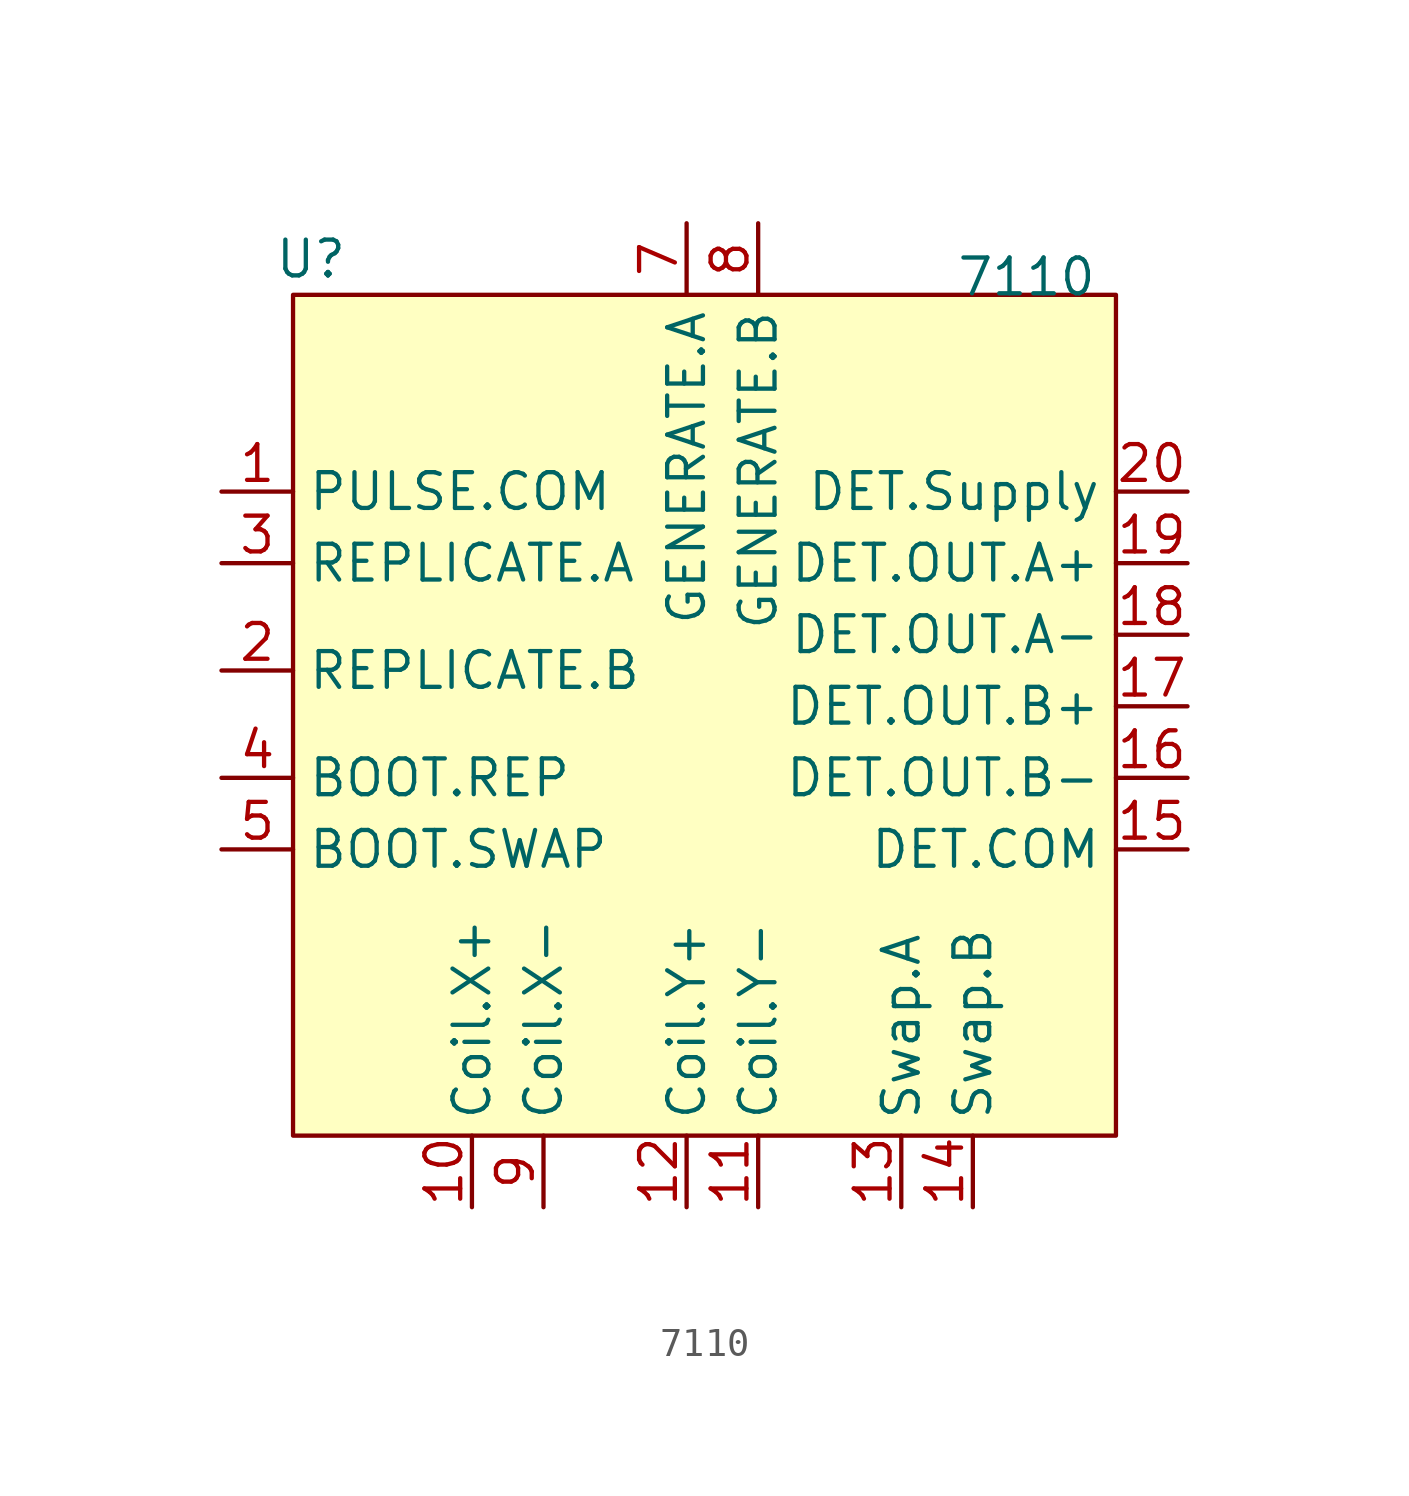
<source format=kicad_sym>
(kicad_symbol_lib
  (version 20211014)
  (generator kicad_symbol_editor)
  (symbol "7110"
    (property "Reference" "U"
      (at -14.605 15.875 0)
      (effects (font (size 1.27 1.27))))
    (property "Value" "7110"
      (at 10.795 15.24 0)
      (effects (font (size 1.27 1.27))))
    (symbol "7110_0_1"
      (rectangle (start -15.24 14.605) (end 13.97 -15.24) (stroke (width 0) (type default) (color 0 0 0 0)) (fill (type background))))
    (symbol "7110_1_1"
      (pin input line (at -17.78 7.62 0) (length 2.54) (name "PULSE.COM" (effects (font (size 1.27 1.27)))) (number "1" (effects (font (size 1.27 1.27)))))
      (pin input line (at -8.89 -17.78 90) (length 2.54) (name "Coil.X+" (effects (font (size 1.27 1.27)))) (number "10" (effects (font (size 1.27 1.27)))))
      (pin input line (at 1.27 -17.78 90) (length 2.54) (name "Coil.Y-" (effects (font (size 1.27 1.27)))) (number "11" (effects (font (size 1.27 1.27)))))
      (pin input line (at -1.27 -17.78 90) (length 2.54) (name "Coil.Y+" (effects (font (size 1.27 1.27)))) (number "12" (effects (font (size 1.27 1.27)))))
      (pin input line (at 6.35 -17.78 90) (length 2.54) (name "Swap.A" (effects (font (size 1.27 1.27)))) (number "13" (effects (font (size 1.27 1.27)))))
      (pin input line (at 8.89 -17.78 90) (length 2.54) (name "Swap.B" (effects (font (size 1.27 1.27)))) (number "14" (effects (font (size 1.27 1.27)))))
      (pin power_in line (at 16.51 -5.08 180) (length 2.54) (name "DET.COM" (effects (font (size 1.27 1.27)))) (number "15" (effects (font (size 1.27 1.27)))))
      (pin output line (at 16.51 -2.54 180) (length 2.54) (name "DET.OUT.B-" (effects (font (size 1.27 1.27)))) (number "16" (effects (font (size 1.27 1.27)))))
      (pin output line (at 16.51 0 180) (length 2.54) (name "DET.OUT.B+" (effects (font (size 1.27 1.27)))) (number "17" (effects (font (size 1.27 1.27)))))
      (pin output line (at 16.51 2.54 180) (length 2.54) (name "DET.OUT.A-" (effects (font (size 1.27 1.27)))) (number "18" (effects (font (size 1.27 1.27)))))
      (pin output line (at 16.51 5.08 180) (length 2.54) (name "DET.OUT.A+" (effects (font (size 1.27 1.27)))) (number "19" (effects (font (size 1.27 1.27)))))
      (pin input line (at -17.78 1.27 0) (length 2.54) (name "REPLICATE.B" (effects (font (size 1.27 1.27)))) (number "2" (effects (font (size 1.27 1.27)))))
      (pin power_in line (at 16.51 7.62 180) (length 2.54) (name "DET.Supply" (effects (font (size 1.27 1.27)))) (number "20" (effects (font (size 1.27 1.27)))))
      (pin input line (at -17.78 5.08 0) (length 2.54) (name "REPLICATE.A" (effects (font (size 1.27 1.27)))) (number "3" (effects (font (size 1.27 1.27)))))
      (pin input line (at -17.78 -2.54 0) (length 2.54) (name "BOOT.REP" (effects (font (size 1.27 1.27)))) (number "4" (effects (font (size 1.27 1.27)))))
      (pin input line (at -17.78 -5.08 0) (length 2.54) (name "BOOT.SWAP" (effects (font (size 1.27 1.27)))) (number "5" (effects (font (size 1.27 1.27)))))
      (pin input line (at -1.27 17.145 270) (length 2.54) (name "GENERATE.A" (effects (font (size 1.27 1.27)))) (number "7" (effects (font (size 1.27 1.27)))))
      (pin input line (at 1.27 17.145 270) (length 2.54) (name "GENERATE.B" (effects (font (size 1.27 1.27)))) (number "8" (effects (font (size 1.27 1.27)))))
      (pin input line (at -6.35 -17.78 90) (length 2.54) (name "Coil.X-" (effects (font (size 1.27 1.27)))) (number "9" (effects (font (size 1.27 1.27))))))))
</source>
